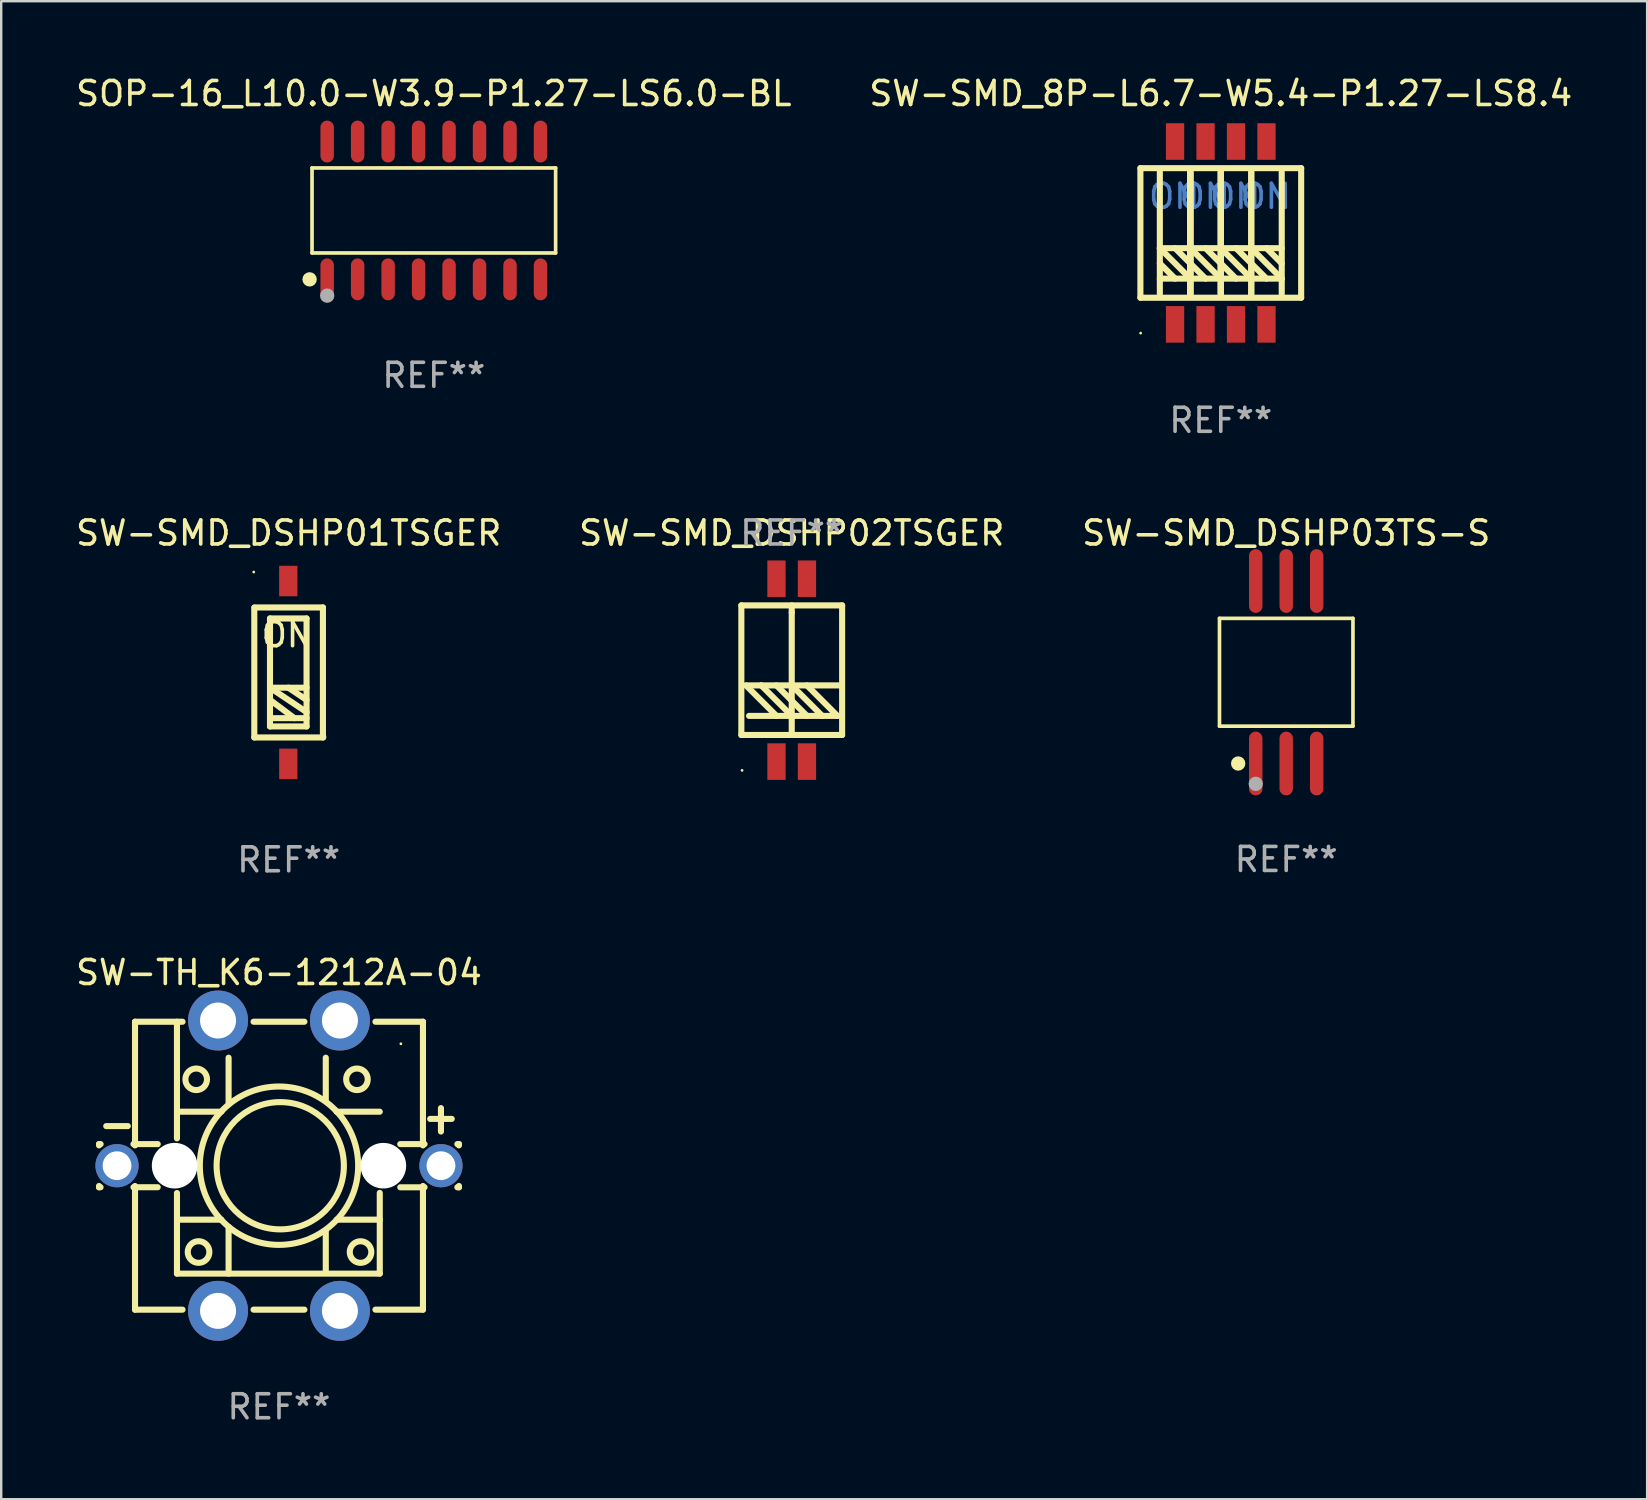
<source format=kicad_pcb>
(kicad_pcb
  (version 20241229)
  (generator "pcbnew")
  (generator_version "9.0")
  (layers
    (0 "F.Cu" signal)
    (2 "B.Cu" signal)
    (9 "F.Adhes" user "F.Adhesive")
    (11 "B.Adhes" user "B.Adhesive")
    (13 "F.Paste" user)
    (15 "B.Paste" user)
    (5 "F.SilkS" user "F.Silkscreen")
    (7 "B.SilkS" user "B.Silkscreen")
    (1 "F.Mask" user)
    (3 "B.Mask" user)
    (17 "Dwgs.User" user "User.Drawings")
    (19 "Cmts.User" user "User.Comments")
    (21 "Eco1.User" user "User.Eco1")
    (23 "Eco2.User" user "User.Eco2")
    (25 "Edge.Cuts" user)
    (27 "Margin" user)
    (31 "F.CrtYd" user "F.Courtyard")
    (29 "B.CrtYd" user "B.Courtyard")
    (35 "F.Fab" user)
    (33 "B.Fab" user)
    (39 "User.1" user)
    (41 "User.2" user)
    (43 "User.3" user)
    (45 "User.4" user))
  (footprint "SW-SMD_DSHP02TSGER"
    (layer "F.Cu")
    (at 29.946 24.88)
    (property "Reference" "SW-SMD_DSHP02TSGER" (at 0 -5.715 0) (layer "F.SilkS") (effects (font (size 1 1) (thickness 0.15))))
    (attr smd)
    (fp_line (start -2.1 -2.7) (end 2.1 -2.7) (stroke (width 0.254) (type solid)) (layer "F.SilkS"))
    (fp_line (start -2.1 2.7) (end -2.1 -2.7) (stroke (width 0.254) (type solid)) (layer "F.SilkS"))
    (fp_line (start -1.905 0.635) (end -0.635 1.905) (stroke (width 0.254) (type solid)) (layer "F.SilkS"))
    (fp_line (start -1.27 0.635) (end -1.905 0.635) (stroke (width 0.254) (type solid)) (layer "F.SilkS"))
    (fp_line (start -1.27 0.635) (end 0 1.905) (stroke (width 0.254) (type solid)) (layer "F.SilkS"))
    (fp_line (start -0.635 0.635) (end 0 1.27) (stroke (width 0.254) (type solid)) (layer "F.SilkS"))
    (fp_line (start 0 -2.4) (end 0 -2.7) (stroke (width 0.254) (type solid)) (layer "F.SilkS"))
    (fp_line (start 0 -2.4) (end 0 2.7) (stroke (width 0.254) (type solid)) (layer "F.SilkS"))
    (fp_line (start 0 0.635) (end -1.27 0.635) (stroke (width 0.254) (type solid)) (layer "F.SilkS"))
    (fp_line (start 0 1.27) (end 0.635 1.905) (stroke (width 0.254) (type solid)) (layer "F.SilkS"))
    (fp_line (start 0 1.905) (end -1.778 1.905) (stroke (width 0.254) (type solid)) (layer "F.SilkS"))
    (fp_line (start 0 1.905) (end 1.27 1.905) (stroke (width 0.254) (type solid)) (layer "F.SilkS"))
    (fp_line (start 0.635 0.635) (end 1.905 1.905) (stroke (width 0.254) (type solid)) (layer "F.SilkS"))
    (fp_line (start 1.27 1.905) (end 0 0.635) (stroke (width 0.254) (type solid)) (layer "F.SilkS"))
    (fp_line (start 1.27 1.905) (end 1.905 1.905) (stroke (width 0.254) (type solid)) (layer "F.SilkS"))
    (fp_line (start 2.032 0.635) (end 0 0.635) (stroke (width 0.254) (type solid)) (layer "F.SilkS"))
    (fp_line (start 2.1 -2.7) (end 2.1 2.7) (stroke (width 0.254) (type solid)) (layer "F.SilkS"))
    (fp_line (start 2.1 2.7) (end -2.1 2.7) (stroke (width 0.254) (type solid)) (layer "F.SilkS"))
    (fp_circle (center -2.07 4.175) (end -2.04 4.175) (stroke (width 0.06) (type solid)) (fill no) (layer "F.SilkS"))
    (fp_text user "REF**" (at 0 -5.715 0) (layer "F.Fab") (effects (font (size 1 1) (thickness 0.15))))
    (pad "1" smd rect (at -0.635 3.81) (size 0.762 1.524) (layers "F.Cu" "F.Mask" "F.Paste"))
    (pad "2" smd rect (at 0.635 3.81) (size 0.762 1.524) (layers "F.Cu" "F.Mask" "F.Paste"))
    (pad "3" smd rect (at 0.635 -3.81) (size 0.762 1.524) (layers "F.Cu" "F.Mask" "F.Paste"))
    (pad "4" smd rect (at -0.635 -3.81) (size 0.762 1.524) (layers "F.Cu" "F.Mask" "F.Paste")))
  (footprint "SW-SMD_DSHP01TSGER"
    (layer "F.Cu")
    (at 8.982 24.975)
    (property "Reference" "SW-SMD_DSHP01TSGER" (at 0 -5.81 0) (layer "F.SilkS") (effects (font (size 1 1) (thickness 0.15))))
    (attr through_hole)
    (fp_line (start -1.434 -2.7) (end -1.434 2.709) (stroke (width 0.254) (type solid)) (layer "F.SilkS"))
    (fp_line (start -1.434 2.709) (end 1.434 2.709) (stroke (width 0.254) (type solid)) (layer "F.SilkS"))
    (fp_line (start -0.78 -2.25) (end 0.744 -2.25) (stroke (width 0.254) (type solid)) (layer "F.SilkS"))
    (fp_line (start -0.78 2.25) (end -0.78 -2.25) (stroke (width 0.254) (type solid)) (layer "F.SilkS"))
    (fp_line (start -0.779 0.635) (end 0.745 0.635) (stroke (width 0.254) (type solid)) (layer "F.SilkS"))
    (fp_line (start -0.779 1.143) (end 0.237 1.905) (stroke (width 0.254) (type solid)) (layer "F.SilkS"))
    (fp_line (start -0.779 1.905) (end 0.745 1.905) (stroke (width 0.254) (type solid)) (layer "F.SilkS"))
    (fp_line (start -0.017 0.635) (end 0.745 1.143) (stroke (width 0.254) (type solid)) (layer "F.SilkS"))
    (fp_line (start 0.744 -2.25) (end 0.744 2.25) (stroke (width 0.254) (type solid)) (layer "F.SilkS"))
    (fp_line (start 0.744 2.25) (end -0.78 2.25) (stroke (width 0.254) (type solid)) (layer "F.SilkS"))
    (fp_line (start 0.745 1.651) (end -0.779 0.635) (stroke (width 0.254) (type solid)) (layer "F.SilkS"))
    (fp_line (start 1.426 -2.709) (end -1.425 -2.709) (stroke (width 0.254) (type solid)) (layer "F.SilkS"))
    (fp_line (start 1.426 2.662) (end 1.426 -2.709) (stroke (width 0.254) (type solid)) (layer "F.SilkS"))
    (fp_line (start 1.434 2.662) (end 1.426 2.662) (stroke (width 0.254) (type solid)) (layer "F.SilkS"))
    (fp_line (start 1.434 2.709) (end 1.434 2.662) (stroke (width 0.254) (type solid)) (layer "F.SilkS"))
    (fp_circle (center -1.457 -4.185) (end -1.427 -4.185) (stroke (width 0.06) (type solid)) (fill no) (layer "F.SilkS"))
    (fp_text user "ON" (at -0.077 -1.57 0) (layer "F.SilkS") (effects (font (size 1 1) (thickness 0.15))))
    (fp_text user "REF**" (at 0 7.81 0) (layer "F.Fab") (effects (font (size 1 1) (thickness 0.15))))
    (pad "1" smd rect (at -0.018 -3.81 270) (size 1.27 0.76) (layers "F.Cu" "F.Mask" "F.Paste"))
    (pad "2" smd rect (at -0.018 3.81 270) (size 1.27 0.76) (layers "F.Cu" "F.Mask" "F.Paste")))
  (footprint "SW-SMD_8P-L6.7-W5.4-P1.27-LS8.4"
    (layer "F.Cu")
    (at 47.827 6.658)
    (property "Reference" "SW-SMD_8P-L6.7-W5.4-P1.27-LS8.4" (at 0 -5.81 0) (layer "F.SilkS") (effects (font (size 1 1) (thickness 0.15))))
    (attr through_hole)
    (fp_line (start -3.35 -2.7) (end -3.35 2.7) (stroke (width 0.254) (type solid)) (layer "F.SilkS"))
    (fp_line (start -3.35 2.7) (end 3.35 2.7) (stroke (width 0.254) (type solid)) (layer "F.SilkS"))
    (fp_line (start -2.54 -2.54) (end -2.54 2.54) (stroke (width 0.254) (type solid)) (layer "F.SilkS"))
    (fp_line (start -2.54 0.635) (end -1.27 1.905) (stroke (width 0.254) (type solid)) (layer "F.SilkS"))
    (fp_line (start -2.54 1.27) (end -1.905 1.905) (stroke (width 0.254) (type solid)) (layer "F.SilkS"))
    (fp_line (start -2.54 1.905) (end -1.27 1.905) (stroke (width 0.254) (type solid)) (layer "F.SilkS"))
    (fp_line (start -1.905 0.635) (end -1.27 1.27) (stroke (width 0.254) (type solid)) (layer "F.SilkS"))
    (fp_line (start -1.27 -2.54) (end -1.27 2.54) (stroke (width 0.254) (type solid)) (layer "F.SilkS"))
    (fp_line (start -1.27 -2.54) (end -1.27 2.54) (stroke (width 0.254) (type solid)) (layer "F.SilkS"))
    (fp_line (start -1.27 0.635) (end -2.54 0.635) (stroke (width 0.254) (type solid)) (layer "F.SilkS"))
    (fp_line (start -1.27 0.635) (end -0.000013 0.635) (stroke (width 0.254) (type solid)) (layer "F.SilkS"))
    (fp_line (start -1.27 1.27) (end -0.635 1.905) (stroke (width 0.254) (type solid)) (layer "F.SilkS"))
    (fp_line (start -1.27 1.905) (end -0.000013 1.905) (stroke (width 0.254) (type solid)) (layer "F.SilkS"))
    (fp_line (start -1.27 2.54) (end -1.27 -2.54) (stroke (width 0.254) (type solid)) (layer "F.SilkS"))
    (fp_line (start -1.27 2.54) (end -1.27 -2.54) (stroke (width 0.254) (type solid)) (layer "F.SilkS"))
    (fp_line (start -0.635 0.635) (end -0.000013 1.27) (stroke (width 0.254) (type solid)) (layer "F.SilkS"))
    (fp_line (start -0.000013 -2.54) (end -0.000013 2.54) (stroke (width 0.254) (type solid)) (layer "F.SilkS"))
    (fp_line (start -0.000013 0.635) (end 1.27 0.635) (stroke (width 0.254) (type solid)) (layer "F.SilkS"))
    (fp_line (start -0.000013 0.635) (end 1.27 1.905) (stroke (width 0.254) (type solid)) (layer "F.SilkS"))
    (fp_line (start -0.000013 1.27) (end 0.635 1.905) (stroke (width 0.254) (type solid)) (layer "F.SilkS"))
    (fp_line (start -0.000013 1.905) (end -1.27 0.635) (stroke (width 0.254) (type solid)) (layer "F.SilkS"))
    (fp_line (start -0.000013 2.54) (end -0.000013 -2.54) (stroke (width 0.254) (type solid)) (layer "F.SilkS"))
    (fp_line (start -0.000013 2.54) (end -0.000013 -2.54) (stroke (width 0.254) (type solid)) (layer "F.SilkS"))
    (fp_line (start 0.635 0.635) (end 1.27 1.27) (stroke (width 0.254) (type solid)) (layer "F.SilkS"))
    (fp_line (start 1.27 -2.54) (end 1.27 2.54) (stroke (width 0.254) (type solid)) (layer "F.SilkS"))
    (fp_line (start 1.27 0.635) (end 2.54 0.635) (stroke (width 0.254) (type solid)) (layer "F.SilkS"))
    (fp_line (start 1.27 0.635) (end 2.54 1.905) (stroke (width 0.254) (type solid)) (layer "F.SilkS"))
    (fp_line (start 1.27 1.27) (end 1.905 1.905) (stroke (width 0.254) (type solid)) (layer "F.SilkS"))
    (fp_line (start 1.27 1.905) (end -0.000013 1.905) (stroke (width 0.254) (type solid)) (layer "F.SilkS"))
    (fp_line (start 1.27 2.54) (end 1.27 -2.54) (stroke (width 0.254) (type solid)) (layer "F.SilkS"))
    (fp_line (start 1.905 0.635) (end 2.54 1.27) (stroke (width 0.254) (type solid)) (layer "F.SilkS"))
    (fp_line (start 2.54 -2.54) (end 2.54 2.54) (stroke (width 0.254) (type solid)) (layer "F.SilkS"))
    (fp_line (start 2.54 1.905) (end 1.27 1.905) (stroke (width 0.254) (type solid)) (layer "F.SilkS"))
    (fp_line (start 3.35 -2.7) (end -3.35 -2.7) (stroke (width 0.254) (type solid)) (layer "F.SilkS"))
    (fp_line (start 3.35 2.7) (end 3.35 -2.7) (stroke (width 0.254) (type solid)) (layer "F.SilkS"))
    (fp_circle (center -3.34 4.175) (end -3.31 4.175) (stroke (width 0.06) (type solid)) (fill no) (layer "F.SilkS"))
    (fp_text user "ON" (at 1.871 -1.524 0) (layer "B.Cu") (effects (font (size 1 1) (thickness 0.15))))
    (fp_text user "ON" (at -0.669 -1.524 0) (layer "B.Cu") (effects (font (size 1 1) (thickness 0.15))))
    (fp_text user "ON" (at 0.601 -1.524 0) (layer "B.Cu") (effects (font (size 1 1) (thickness 0.15))))
    (fp_text user "ON" (at -1.939 -1.524 0) (layer "B.Cu") (effects (font (size 1 1) (thickness 0.15))))
    (fp_text user "REF**" (at 0 7.81 0) (layer "F.Fab") (effects (font (size 1 1) (thickness 0.15))))
    (pad "1" smd rect (at -1.905 3.81) (size 0.762 1.524) (layers "F.Cu" "F.Mask" "F.Paste"))
    (pad "2" smd rect (at -0.635 3.81) (size 0.762 1.524) (layers "F.Cu" "F.Mask" "F.Paste"))
    (pad "3" smd rect (at 0.635 3.81) (size 0.762 1.524) (layers "F.Cu" "F.Mask" "F.Paste"))
    (pad "4" smd rect (at 1.905 3.81) (size 0.762 1.524) (layers "F.Cu" "F.Mask" "F.Paste"))
    (pad "5" smd rect (at 1.905 -3.81) (size 0.762 1.524) (layers "F.Cu" "F.Mask" "F.Paste"))
    (pad "6" smd rect (at 0.635 -3.81) (size 0.762 1.524) (layers "F.Cu" "F.Mask" "F.Paste"))
    (pad "7" smd rect (at -0.635 -3.81) (size 0.762 1.524) (layers "F.Cu" "F.Mask" "F.Paste"))
    (pad "8" smd rect (at -1.905 -3.81) (size 0.762 1.524) (layers "F.Cu" "F.Mask" "F.Paste")))
  (footprint "SW-TH_K6-1212A-04"
    (layer "F.Cu")
    (at 8.577 45.531)
    (property "Reference" "SW-TH_K6-1212A-04" (at 0 -8.05 0) (layer "F.SilkS") (effects (font (size 1 1) (thickness 0.15))))
    (attr through_hole)
    (fp_line (start -7.5 -0.9) (end -7.434 -0.9) (stroke (width 0.254) (type solid)) (layer "F.SilkS"))
    (fp_line (start -7.5 -0.846) (end -7.5 -0.9) (stroke (width 0.254) (type solid)) (layer "F.SilkS"))
    (fp_line (start -7.5 0.9) (end -7.5 0.846) (stroke (width 0.254) (type solid)) (layer "F.SilkS"))
    (fp_line (start -7.436 0.898) (end -7.5 0.898) (stroke (width 0.254) (type solid)) (layer "F.SilkS"))
    (fp_line (start -7.2 -1.65) (end -6.3 -1.65) (stroke (width 0.254) (type solid)) (layer "F.SilkS"))
    (fp_line (start -6.066 -0.9) (end -5.053 -0.9) (stroke (width 0.254) (type solid)) (layer "F.SilkS"))
    (fp_line (start -6 -0.846) (end -6 -6) (stroke (width 0.254) (type solid)) (layer "F.SilkS"))
    (fp_line (start -6 6) (end -6 0.846) (stroke (width 0.254) (type solid)) (layer "F.SilkS"))
    (fp_line (start -5.055 0.898) (end -6.064 0.898) (stroke (width 0.254) (type solid)) (layer "F.SilkS"))
    (fp_line (start -4.252 -1.139) (end -4.252 -6) (stroke (width 0.254) (type solid)) (layer "F.SilkS"))
    (fp_line (start -4.252 4.498) (end -4.252 1.139) (stroke (width 0.254) (type solid)) (layer "F.SilkS"))
    (fp_line (start -4.2 -2.25) (end -2.4 -2.25) (stroke (width 0.254) (type solid)) (layer "F.SilkS"))
    (fp_line (start -4.2 2.25) (end -2.4 2.25) (stroke (width 0.254) (type solid)) (layer "F.SilkS"))
    (fp_line (start -4.02 -6) (end -6 -6) (stroke (width 0.254) (type solid)) (layer "F.SilkS"))
    (fp_line (start -4.02 6) (end -6 6) (stroke (width 0.254) (type solid)) (layer "F.SilkS"))
    (fp_line (start -2.1 -4.5) (end -2.1 -2.55) (stroke (width 0.254) (type solid)) (layer "F.SilkS"))
    (fp_line (start -2.1 2.55) (end -2.1 4.5) (stroke (width 0.254) (type solid)) (layer "F.SilkS"))
    (fp_line (start 1.06 -6) (end -1.06 -6) (stroke (width 0.254) (type solid)) (layer "F.SilkS"))
    (fp_line (start 1.06 6) (end -1.06 6) (stroke (width 0.254) (type solid)) (layer "F.SilkS"))
    (fp_line (start 1.95 -4.5) (end 1.95 -2.7) (stroke (width 0.254) (type solid)) (layer "F.SilkS"))
    (fp_line (start 1.95 2.7) (end 1.95 4.35) (stroke (width 0.254) (type solid)) (layer "F.SilkS"))
    (fp_line (start 2.4 -2.25) (end 4.2 -2.25) (stroke (width 0.254) (type solid)) (layer "F.SilkS"))
    (fp_line (start 2.4 2.25) (end 4.2 2.25) (stroke (width 0.254) (type solid)) (layer "F.SilkS"))
    (fp_line (start 4.2 1.133) (end 4.2 4.498) (stroke (width 0.254) (type solid)) (layer "F.SilkS"))
    (fp_line (start 4.2 4.498) (end -4.252 4.498) (stroke (width 0.254) (type solid)) (layer "F.SilkS"))
    (fp_line (start 5.053 -0.9) (end 6.067 -0.9) (stroke (width 0.254) (type solid)) (layer "F.SilkS"))
    (fp_line (start 6 -6) (end 4.02 -6) (stroke (width 0.254) (type solid)) (layer "F.SilkS"))
    (fp_line (start 6 -6) (end 6 -0.846) (stroke (width 0.254) (type solid)) (layer "F.SilkS"))
    (fp_line (start 6 0.846) (end 6 6) (stroke (width 0.254) (type solid)) (layer "F.SilkS"))
    (fp_line (start 6 6) (end 4.02 6) (stroke (width 0.254) (type solid)) (layer "F.SilkS"))
    (fp_line (start 6.066 0.9) (end 5.054 0.9) (stroke (width 0.254) (type solid)) (layer "F.SilkS"))
    (fp_line (start 6.3 -1.95) (end 7.2 -1.95) (stroke (width 0.254) (type solid)) (layer "F.SilkS"))
    (fp_line (start 6.75 -1.424) (end 6.75 -2.4) (stroke (width 0.254) (type solid)) (layer "F.SilkS"))
    (fp_line (start 7.434 -0.9) (end 7.5 -0.9) (stroke (width 0.254) (type solid)) (layer "F.SilkS"))
    (fp_line (start 7.5 0.9) (end 7.434 0.9) (stroke (width 0.254) (type solid)) (layer "F.SilkS"))
    (fp_line (start 7.5 -0.9) (end 7.5 -0.846) (stroke (width 0.254) (type solid)) (layer "F.SilkS"))
    (fp_line (start 7.5 0.846) (end 7.5 0.9) (stroke (width 0.254) (type solid)) (layer "F.SilkS"))
    (fp_circle (center -3.45 -3.6) (end -3 -3.6) (stroke (width 0.254) (type solid)) (fill no) (layer "F.SilkS"))
    (fp_circle (center -3.352 3.598) (end -2.901 3.598) (stroke (width 0.254) (type solid)) (fill no) (layer "F.SilkS"))
    (fp_circle (center 0 0) (end 3.3 0) (stroke (width 0.254) (type solid)) (fill no) (layer "F.SilkS"))
    (fp_circle (center 0.052 0.002) (end 2.704 0.002) (stroke (width 0.254) (type solid)) (fill no) (layer "F.SilkS"))
    (fp_circle (center 3.249 -3.6) (end 3.699 -3.6) (stroke (width 0.254) (type solid)) (fill no) (layer "F.SilkS"))
    (fp_circle (center 3.399 3.599) (end 3.849 3.599) (stroke (width 0.254) (type solid)) (fill no) (layer "F.SilkS"))
    (fp_circle (center 5.08 -5.08) (end 5.11 -5.08) (stroke (width 0.06) (type solid)) (fill no) (layer "F.SilkS"))
    (fp_text user "REF**" (at 0 10.05 0) (layer "F.Fab") (effects (font (size 1 1) (thickness 0.15))))
    (pad "" np_thru_hole circle (at -4.35 0) (size 1.9 1.9) (drill 1.9) (layers "*.Cu" "*.Mask"))
    (pad "" np_thru_hole circle (at 4.35 0) (size 1.9 1.9) (drill 1.9) (layers "*.Cu" "*.Mask"))
    (pad "1" thru_hole circle (at 2.54 -6.05) (size 2.5 2.5) (drill 1.5) (layers "*.Cu" "*.Mask"))
    (pad "2" thru_hole circle (at 2.54 6.05) (size 2.5 2.5) (drill 1.5) (layers "*.Cu" "*.Mask"))
    (pad "3" thru_hole circle (at -2.54 -6.05) (size 2.5 2.5) (drill 1.5) (layers "*.Cu" "*.Mask"))
    (pad "4" thru_hole circle (at -2.54 6.05) (size 2.5 2.5) (drill 1.5) (layers "*.Cu" "*.Mask"))
    (pad "5" thru_hole circle (at 6.75 0) (size 1.8 1.8) (drill 1.2) (layers "*.Cu" "*.Mask"))
    (pad "6" thru_hole circle (at -6.75 0) (size 1.8 1.8) (drill 1.2) (layers "*.Cu" "*.Mask")))
  (footprint "SOP-16_L10.0-W3.9-P1.27-LS6.0-BL"
    (layer "F.Cu")
    (at 15.03 5.721)
    (property "Reference" "SOP-16_L10.0-W3.9-P1.27-LS6.0-BL" (at 0 -4.872 0) (layer "F.SilkS") (effects (font (size 1 1) (thickness 0.15))))
    (attr through_hole)
    (fp_line (start -5.076 -1.771) (end 5.076 -1.771) (stroke (width 0.152) (type solid)) (layer "F.SilkS"))
    (fp_line (start -5.076 1.771) (end -5.076 -1.771) (stroke (width 0.152) (type solid)) (layer "F.SilkS"))
    (fp_line (start 5.076 -1.771) (end 5.076 1.771) (stroke (width 0.152) (type solid)) (layer "F.SilkS"))
    (fp_line (start 5.076 1.771) (end -5.076 1.771) (stroke (width 0.152) (type solid)) (layer "F.SilkS"))
    (fp_circle (center -5.177 2.872) (end -5.027 2.872) (stroke (width 0.3) (type solid)) (fill no) (layer "F.SilkS"))
    (fp_circle (center -4.445 3.55) (end -4.295 3.55) (stroke (width 0.3) (type solid)) (fill no) (layer "F.Fab"))
    (fp_text user "REF**" (at 0 6.872 0) (layer "F.Fab") (effects (font (size 1 1) (thickness 0.15))))
    (pad "1" smd oval (at -4.445 2.872) (size 0.56 1.745) (layers "F.Cu" "F.Mask" "F.Paste"))
    (pad "2" smd oval (at -3.175 2.872) (size 0.56 1.745) (layers "F.Cu" "F.Mask" "F.Paste"))
    (pad "3" smd oval (at -1.905 2.872) (size 0.56 1.745) (layers "F.Cu" "F.Mask" "F.Paste"))
    (pad "4" smd oval (at -0.635 2.872) (size 0.56 1.745) (layers "F.Cu" "F.Mask" "F.Paste"))
    (pad "5" smd oval (at 0.635 2.872) (size 0.56 1.745) (layers "F.Cu" "F.Mask" "F.Paste"))
    (pad "6" smd oval (at 1.905 2.872) (size 0.56 1.745) (layers "F.Cu" "F.Mask" "F.Paste"))
    (pad "7" smd oval (at 3.175 2.872) (size 0.56 1.745) (layers "F.Cu" "F.Mask" "F.Paste"))
    (pad "8" smd oval (at 4.445 2.872) (size 0.56 1.745) (layers "F.Cu" "F.Mask" "F.Paste"))
    (pad "9" smd oval (at 4.445 -2.872) (size 0.56 1.745) (layers "F.Cu" "F.Mask" "F.Paste"))
    (pad "10" smd oval (at 3.175 -2.872) (size 0.56 1.745) (layers "F.Cu" "F.Mask" "F.Paste"))
    (pad "11" smd oval (at 1.905 -2.872) (size 0.56 1.745) (layers "F.Cu" "F.Mask" "F.Paste"))
    (pad "12" smd oval (at 0.635 -2.872) (size 0.56 1.745) (layers "F.Cu" "F.Mask" "F.Paste"))
    (pad "13" smd oval (at -0.635 -2.872) (size 0.56 1.745) (layers "F.Cu" "F.Mask" "F.Paste"))
    (pad "14" smd oval (at -1.905 -2.872) (size 0.56 1.745) (layers "F.Cu" "F.Mask" "F.Paste"))
    (pad "15" smd oval (at -3.175 -2.872) (size 0.56 1.745) (layers "F.Cu" "F.Mask" "F.Paste"))
    (pad "16" smd oval (at -4.445 -2.872) (size 0.56 1.745) (layers "F.Cu" "F.Mask" "F.Paste")))
  (footprint "SW-SMD_DSHP03TS-S"
    (layer "F.Cu")
    (at 50.554 24.967)
    (property "Reference" "SW-SMD_DSHP03TS-S" (at 0 -5.803 0) (layer "F.SilkS") (effects (font (size 1 1) (thickness 0.15))))
    (attr through_hole)
    (fp_line (start -2.781 -2.247) (end 2.781 -2.247) (stroke (width 0.152) (type solid)) (layer "F.SilkS"))
    (fp_line (start -2.781 2.246) (end -2.781 -2.247) (stroke (width 0.152) (type solid)) (layer "F.SilkS"))
    (fp_line (start 2.781 -2.247) (end 2.781 2.246) (stroke (width 0.152) (type solid)) (layer "F.SilkS"))
    (fp_line (start 2.781 2.246) (end -2.781 2.246) (stroke (width 0.152) (type solid)) (layer "F.SilkS"))
    (fp_circle (center -2.002 3.803) (end -1.852 3.803) (stroke (width 0.3) (type solid)) (fill no) (layer "F.SilkS"))
    (fp_circle (center -1.27 4.65) (end -1.12 4.65) (stroke (width 0.3) (type solid)) (fill no) (layer "F.Fab"))
    (fp_text user "REF**" (at 0 7.803 0) (layer "F.Fab") (effects (font (size 1 1) (thickness 0.15))))
    (pad "1" smd oval (at -1.27 3.803) (size 0.56 2.655) (layers "F.Cu" "F.Mask" "F.Paste"))
    (pad "2" smd oval (at 0 3.803) (size 0.56 2.655) (layers "F.Cu" "F.Mask" "F.Paste"))
    (pad "3" smd oval (at 1.27 3.803) (size 0.56 2.655) (layers "F.Cu" "F.Mask" "F.Paste"))
    (pad "4" smd oval (at 1.27 -3.803) (size 0.56 2.655) (layers "F.Cu" "F.Mask" "F.Paste"))
    (pad "5" smd oval (at 0 -3.803) (size 0.56 2.655) (layers "F.Cu" "F.Mask" "F.Paste"))
    (pad "6" smd oval (at -1.27 -3.803) (size 0.56 2.655) (layers "F.Cu" "F.Mask" "F.Paste")))
  (gr_rect
    (start -3 -3)
    (end 65.595 59.43)
    (stroke (width 0.1) (type default))
    (fill no)
    (layer "Edge.Cuts")))
</source>
